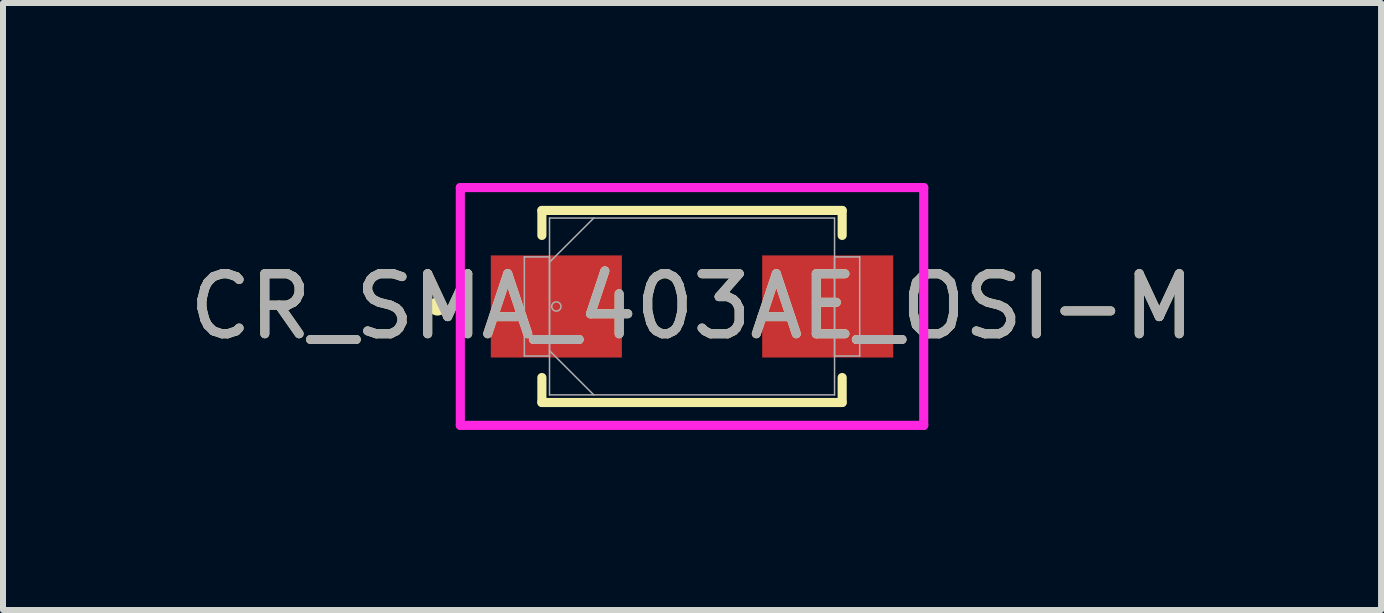
<source format=kicad_pcb>
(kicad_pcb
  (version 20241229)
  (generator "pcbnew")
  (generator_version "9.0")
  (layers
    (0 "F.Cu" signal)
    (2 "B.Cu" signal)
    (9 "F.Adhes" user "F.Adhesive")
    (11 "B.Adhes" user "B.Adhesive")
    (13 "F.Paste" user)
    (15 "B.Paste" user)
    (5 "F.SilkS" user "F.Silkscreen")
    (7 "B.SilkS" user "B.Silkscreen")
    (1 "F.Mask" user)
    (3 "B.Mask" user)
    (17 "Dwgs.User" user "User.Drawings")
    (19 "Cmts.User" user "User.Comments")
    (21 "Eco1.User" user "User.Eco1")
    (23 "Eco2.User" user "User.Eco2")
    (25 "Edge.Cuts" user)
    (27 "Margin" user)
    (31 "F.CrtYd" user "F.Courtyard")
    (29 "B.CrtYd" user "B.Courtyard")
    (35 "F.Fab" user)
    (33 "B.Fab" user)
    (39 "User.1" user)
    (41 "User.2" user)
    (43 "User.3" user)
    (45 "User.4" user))
  (footprint "CR_SMA_403AE_OSI-M"
    (layer "F.Cu")
    (at 8.482 2.057)
    (property "Reference" "CR_SMA_403AE_OSI-M" (at 0 0 0) (unlocked yes) (layer "F.SilkS") (effects (font (size 1 1) (thickness 0.15))))
    (attr smd)
    (fp_line (start -2.502 -1.6) (end -2.502 -1.184) (stroke (width 0.152) (type solid)) (layer "F.SilkS"))
    (fp_line (start -2.502 1.184) (end -2.502 1.6) (stroke (width 0.152) (type solid)) (layer "F.SilkS"))
    (fp_line (start -2.502 1.6) (end 2.502 1.6) (stroke (width 0.152) (type solid)) (layer "F.SilkS"))
    (fp_line (start 2.502 -1.6) (end -2.502 -1.6) (stroke (width 0.152) (type solid)) (layer "F.SilkS"))
    (fp_line (start 2.502 -1.184) (end 2.502 -1.6) (stroke (width 0.152) (type solid)) (layer "F.SilkS"))
    (fp_line (start 2.502 1.6) (end 2.502 1.184) (stroke (width 0.152) (type solid)) (layer "F.SilkS"))
    (fp_circle (center -4.242 0) (end -4.166 0) (stroke (width 0.152) (type solid)) (fill no) (layer "F.SilkS"))
    (fp_line (start -3.861 -1.981) (end 3.861 -1.981) (stroke (width 0.152) (type solid)) (layer "F.CrtYd"))
    (fp_line (start -3.861 1.981) (end -3.861 -1.981) (stroke (width 0.152) (type solid)) (layer "F.CrtYd"))
    (fp_line (start 3.861 -1.981) (end 3.861 1.981) (stroke (width 0.152) (type solid)) (layer "F.CrtYd"))
    (fp_line (start 3.861 1.981) (end -3.861 1.981) (stroke (width 0.152) (type solid)) (layer "F.CrtYd"))
    (fp_line (start -2.794 -0.826) (end -2.794 0.826) (stroke (width 0.025) (type solid)) (layer "F.Fab"))
    (fp_line (start -2.794 0.826) (end -2.375 0.826) (stroke (width 0.025) (type solid)) (layer "F.Fab"))
    (fp_line (start -2.375 -1.473) (end -2.375 1.473) (stroke (width 0.025) (type solid)) (layer "F.Fab"))
    (fp_line (start -2.375 -0.826) (end -2.794 -0.826) (stroke (width 0.025) (type solid)) (layer "F.Fab"))
    (fp_line (start -2.375 -0.737) (end -1.638 -1.473) (stroke (width 0.025) (type solid)) (layer "F.Fab"))
    (fp_line (start -2.375 0.737) (end -1.638 1.473) (stroke (width 0.025) (type solid)) (layer "F.Fab"))
    (fp_line (start -2.375 0.826) (end -2.375 -0.826) (stroke (width 0.025) (type solid)) (layer "F.Fab"))
    (fp_line (start -2.375 1.473) (end 2.375 1.473) (stroke (width 0.025) (type solid)) (layer "F.Fab"))
    (fp_line (start 2.375 -1.473) (end -2.375 -1.473) (stroke (width 0.025) (type solid)) (layer "F.Fab"))
    (fp_line (start 2.375 -0.826) (end 2.375 0.826) (stroke (width 0.025) (type solid)) (layer "F.Fab"))
    (fp_line (start 2.375 0.826) (end 2.794 0.826) (stroke (width 0.025) (type solid)) (layer "F.Fab"))
    (fp_line (start 2.375 1.473) (end 2.375 -1.473) (stroke (width 0.025) (type solid)) (layer "F.Fab"))
    (fp_line (start 2.794 -0.826) (end 2.375 -0.826) (stroke (width 0.025) (type solid)) (layer "F.Fab"))
    (fp_line (start 2.794 0.826) (end 2.794 -0.826) (stroke (width 0.025) (type solid)) (layer "F.Fab"))
    (fp_circle (center -2.261 0) (end -2.184 0) (stroke (width 0.025) (type solid)) (fill no) (layer "F.Fab"))
    (fp_text user "${REFERENCE}" (at 0 0 0) (unlocked yes) (layer "F.Fab") (effects (font (size 1 1) (thickness 0.15))))
    (pad "1" smd rect (at -2.261 0) (size 2.184 1.702) (layers "F.Cu" "F.Mask" "F.Paste"))
    (pad "2" smd rect (at 2.261 0) (size 2.184 1.702) (layers "F.Cu" "F.Mask" "F.Paste"))
    (zone (net_name "") (layer "F.Cu") (hatch full 0.508) (connect_pads) (min_thickness 0.254) (filled_areas_thickness no) (keepout (tracks not_allowed) (vias not_allowed) (pads allowed) (copperpour not_allowed) (footprints allowed)) (placement (enabled no)) (fill) (polygon (pts (xy 7.365 0.635) (xy 9.6 0.635) (xy 9.6 3.48) (xy 7.365 3.48)))))
  (gr_rect
    (start -3 -3)
    (end 19.964 7.115)
    (stroke (width 0.1) (type default))
    (fill no)
    (layer "Edge.Cuts")))
</source>
